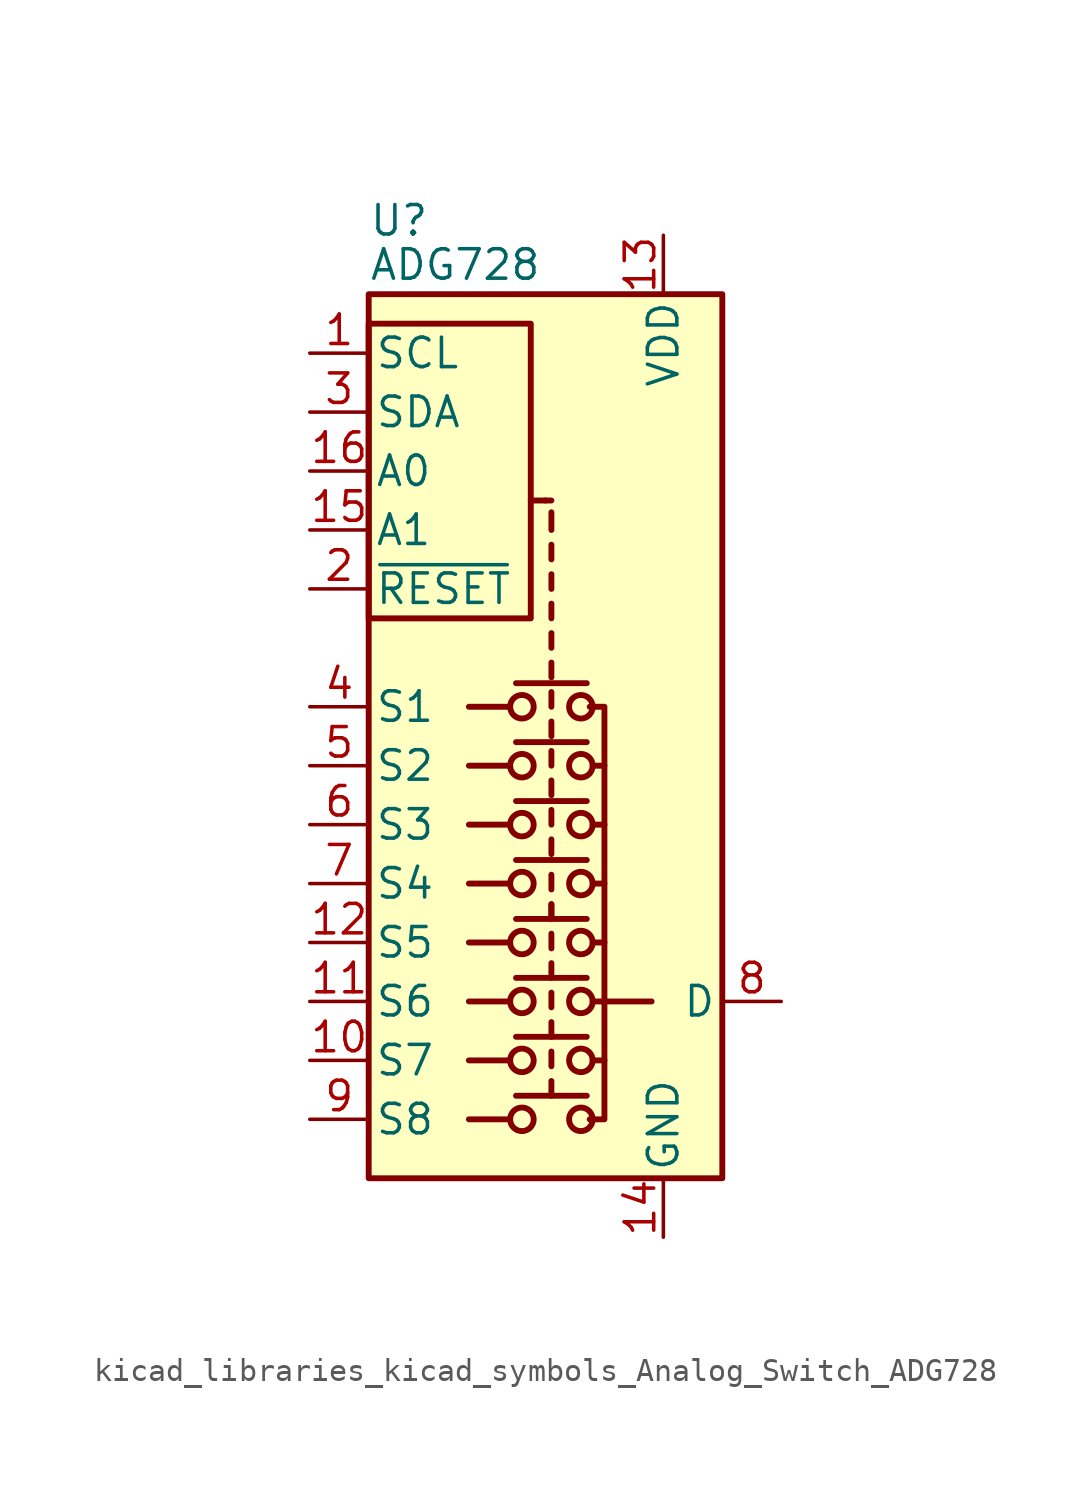
<source format=kicad_sym>
(kicad_symbol_lib
  (version 20220914)
  (generator kicad_symbol_editor)
  (symbol "kicad_libraries_kicad_symbols_Analog_Switch_ADG728"
    (pin_names
      (offset 0.254))
    (property "Reference" "U"
      (at -7.62 23.495 0)
      (effects (font (size 1.27 1.27)) (justify left)))
    (property "Value" "ADG728"
      (at -7.62 21.59 0)
      (effects (font (size 1.27 1.27)) (justify left)))
    (symbol "kicad_libraries_kicad_symbols_Analog_Switch_ADG728_0_1"
      (rectangle (start -7.62 6.35) (end -0.635 19.05) (stroke (width 0.254) (type default)) (fill (type none)))
      (rectangle (start -7.62 20.32) (end 7.62 -17.78) (stroke (width 0.254) (type default)) (fill (type background)))
      (circle (center -1.016 -15.24) (radius 0.508) (stroke (width 0.254) (type default)) (fill (type none)))
      (circle (center -1.016 -12.7) (radius 0.508) (stroke (width 0.254) (type default)) (fill (type none)))
      (circle (center -1.016 -10.16) (radius 0.508) (stroke (width 0.254) (type default)) (fill (type none)))
      (circle (center -1.016 -7.62) (radius 0.508) (stroke (width 0.254) (type default)) (fill (type none)))
      (circle (center -1.016 -5.08) (radius 0.508) (stroke (width 0.254) (type default)) (fill (type none)))
      (circle (center -1.016 -2.54) (radius 0.508) (stroke (width 0.254) (type default)) (fill (type none)))
      (circle (center -1.016 0) (radius 0.508) (stroke (width 0.254) (type default)) (fill (type none)))
      (circle (center -1.016 2.54) (radius 0.508) (stroke (width 0.254) (type default)) (fill (type none)))
      (polyline (pts (xy -1.524 -15.24) (xy -3.302 -15.24)) (stroke (width 0.254) (type default)) (fill (type none)))
      (polyline (pts (xy -1.524 -12.7) (xy -3.302 -12.7)) (stroke (width 0.254) (type default)) (fill (type none)))
      (polyline (pts (xy -1.524 -10.16) (xy -3.302 -10.16)) (stroke (width 0.254) (type default)) (fill (type none)))
      (polyline (pts (xy -1.524 -7.62) (xy -3.302 -7.62)) (stroke (width 0.254) (type default)) (fill (type none)))
      (polyline (pts (xy -1.524 -5.08) (xy -3.302 -5.08)) (stroke (width 0.254) (type default)) (fill (type none)))
      (polyline (pts (xy -1.524 -2.54) (xy -3.302 -2.54)) (stroke (width 0.254) (type default)) (fill (type none)))
      (polyline (pts (xy -1.524 0) (xy -3.302 0)) (stroke (width 0.254) (type default)) (fill (type none)))
      (polyline (pts (xy -1.524 2.54) (xy -3.302 2.54)) (stroke (width 0.254) (type default)) (fill (type none)))
      (polyline (pts (xy -1.27 -14.224) (xy 1.778 -14.224)) (stroke (width 0.254) (type default)) (fill (type none)))
      (polyline (pts (xy -1.27 -11.684) (xy 1.778 -11.684)) (stroke (width 0.254) (type default)) (fill (type none)))
      (polyline (pts (xy -1.27 -9.144) (xy 1.778 -9.144)) (stroke (width 0.254) (type default)) (fill (type none)))
      (polyline (pts (xy -1.27 -6.604) (xy 1.778 -6.604)) (stroke (width 0.254) (type default)) (fill (type none)))
      (polyline (pts (xy -1.27 -4.064) (xy 1.778 -4.064)) (stroke (width 0.254) (type default)) (fill (type none)))
      (polyline (pts (xy -1.27 -1.524) (xy 1.778 -1.524)) (stroke (width 0.254) (type default)) (fill (type none)))
      (polyline (pts (xy -1.27 1.016) (xy 1.778 1.016)) (stroke (width 0.254) (type default)) (fill (type none)))
      (polyline (pts (xy -1.27 3.556) (xy 1.778 3.556)) (stroke (width 0.254) (type default)) (fill (type none)))
      (polyline (pts (xy -0.635 11.43) (xy 0 11.43)) (stroke (width 0.254) (type default)) (fill (type none)))
      (polyline (pts (xy 0.254 -14.224) (xy 0.254 -13.589)) (stroke (width 0.254) (type default)) (fill (type none)))
      (polyline (pts (xy 0.254 -12.954) (xy 0.254 -12.319)) (stroke (width 0.254) (type default)) (fill (type none)))
      (polyline (pts (xy 0.254 -11.684) (xy 0.254 -11.049)) (stroke (width 0.254) (type default)) (fill (type none)))
      (polyline (pts (xy 0.254 -10.414) (xy 0.254 -9.779)) (stroke (width 0.254) (type default)) (fill (type none)))
      (polyline (pts (xy 0.254 -9.144) (xy 0.254 -8.509)) (stroke (width 0.254) (type default)) (fill (type none)))
      (polyline (pts (xy 0.254 -7.874) (xy 0.254 -7.239)) (stroke (width 0.254) (type default)) (fill (type none)))
      (polyline (pts (xy 0.254 -6.604) (xy 0.254 -5.969)) (stroke (width 0.254) (type default)) (fill (type none)))
      (polyline (pts (xy 0.254 -6.604) (xy 0.254 -5.969)) (stroke (width 0.254) (type default)) (fill (type none)))
      (polyline (pts (xy 0.254 -5.334) (xy 0.254 -4.699)) (stroke (width 0.254) (type default)) (fill (type none)))
      (polyline (pts (xy 0.254 -3.81) (xy 0.254 -3.175)) (stroke (width 0.254) (type default)) (fill (type none)))
      (polyline (pts (xy 0.254 -2.54) (xy 0.254 -1.905)) (stroke (width 0.254) (type default)) (fill (type none)))
      (polyline (pts (xy 0.254 -1.27) (xy 0.254 -0.635)) (stroke (width 0.254) (type default)) (fill (type none)))
      (polyline (pts (xy 0.254 0) (xy 0.254 0.635)) (stroke (width 0.254) (type default)) (fill (type none)))
      (polyline (pts (xy 0.254 1.27) (xy 0.254 1.905)) (stroke (width 0.254) (type default)) (fill (type none)))
      (polyline (pts (xy 0.254 2.54) (xy 0.254 3.175)) (stroke (width 0.254) (type default)) (fill (type none)))
      (polyline (pts (xy 0.254 3.81) (xy 0.254 4.445)) (stroke (width 0.254) (type default)) (fill (type none)))
      (polyline (pts (xy 0.254 5.08) (xy 0.254 5.715)) (stroke (width 0.254) (type default)) (fill (type none)))
      (polyline (pts (xy 0.254 6.35) (xy 0.254 6.985)) (stroke (width 0.254) (type default)) (fill (type none)))
      (polyline (pts (xy 0.254 7.62) (xy 0.254 8.255)) (stroke (width 0.254) (type default)) (fill (type none)))
      (polyline (pts (xy 0.254 8.89) (xy 0.254 9.525)) (stroke (width 0.254) (type default)) (fill (type none)))
      (polyline (pts (xy 0.254 10.16) (xy 0.254 10.922)) (stroke (width 0.254) (type default)) (fill (type none)))
      (polyline (pts (xy 0.254 11.43) (xy 0 11.43)) (stroke (width 0.254) (type default)) (fill (type none)))
      (polyline (pts (xy 2.032 -12.7) (xy 2.54 -12.7)) (stroke (width 0.254) (type default)) (fill (type none)))
      (polyline (pts (xy 2.032 -10.16) (xy 2.54 -10.16)) (stroke (width 0.254) (type default)) (fill (type none)))
      (polyline (pts (xy 2.032 -7.62) (xy 2.54 -7.62)) (stroke (width 0.254) (type default)) (fill (type none)))
      (polyline (pts (xy 2.032 -5.08) (xy 2.54 -5.08)) (stroke (width 0.254) (type default)) (fill (type none)))
      (polyline (pts (xy 2.032 -2.54) (xy 2.54 -2.54)) (stroke (width 0.254) (type default)) (fill (type none)))
      (polyline (pts (xy 2.032 0) (xy 2.54 0)) (stroke (width 0.254) (type default)) (fill (type none)))
      (polyline (pts (xy 4.572 -10.16) (xy 2.54 -10.16)) (stroke (width 0.254) (type default)) (fill (type none)))
      (polyline (pts (xy 1.905 2.54) (xy 2.54 2.54) (xy 2.54 -15.24) (xy 1.905 -15.24)) (stroke (width 0.254) (type default)) (fill (type none)))
      (circle (center 1.524 -15.24) (radius 0.508) (stroke (width 0.254) (type default)) (fill (type none)))
      (circle (center 1.524 -12.7) (radius 0.508) (stroke (width 0.254) (type default)) (fill (type none)))
      (circle (center 1.524 -10.16) (radius 0.508) (stroke (width 0.254) (type default)) (fill (type none)))
      (circle (center 1.524 -7.62) (radius 0.508) (stroke (width 0.254) (type default)) (fill (type none)))
      (circle (center 1.524 -5.08) (radius 0.508) (stroke (width 0.254) (type default)) (fill (type none)))
      (circle (center 1.524 -2.54) (radius 0.508) (stroke (width 0.254) (type default)) (fill (type none)))
      (circle (center 1.524 0) (radius 0.508) (stroke (width 0.254) (type default)) (fill (type none)))
      (circle (center 1.524 2.54) (radius 0.508) (stroke (width 0.254) (type default)) (fill (type none))))
    (symbol "kicad_libraries_kicad_symbols_Analog_Switch_ADG728_1_1"
      (pin input line (at -10.16 17.78 0) (length 2.54) (name "SCL" (effects (font (size 1.27 1.27)))) (number "1" (effects (font (size 1.27 1.27)))))
      (pin bidirectional line (at -10.16 -12.7 0) (length 2.54) (name "S7" (effects (font (size 1.27 1.27)))) (number "10" (effects (font (size 1.27 1.27)))))
      (pin bidirectional line (at -10.16 -10.16 0) (length 2.54) (name "S6" (effects (font (size 1.27 1.27)))) (number "11" (effects (font (size 1.27 1.27)))))
      (pin bidirectional line (at -10.16 -7.62 0) (length 2.54) (name "S5" (effects (font (size 1.27 1.27)))) (number "12" (effects (font (size 1.27 1.27)))))
      (pin power_in line (at 5.08 22.86 270) (length 2.54) (name "VDD" (effects (font (size 1.27 1.27)))) (number "13" (effects (font (size 1.27 1.27)))))
      (pin power_in line (at 5.08 -20.32 90) (length 2.54) (name "GND" (effects (font (size 1.27 1.27)))) (number "14" (effects (font (size 1.27 1.27)))))
      (pin input line (at -10.16 10.16 0) (length 2.54) (name "A1" (effects (font (size 1.27 1.27)))) (number "15" (effects (font (size 1.27 1.27)))))
      (pin input line (at -10.16 12.7 0) (length 2.54) (name "A0" (effects (font (size 1.27 1.27)))) (number "16" (effects (font (size 1.27 1.27)))))
      (pin input line (at -10.16 7.62 0) (length 2.54) (name "~{RESET}" (effects (font (size 1.27 1.27)))) (number "2" (effects (font (size 1.27 1.27)))))
      (pin bidirectional line (at -10.16 15.24 0) (length 2.54) (name "SDA" (effects (font (size 1.27 1.27)))) (number "3" (effects (font (size 1.27 1.27)))))
      (pin bidirectional line (at -10.16 2.54 0) (length 2.54) (name "S1" (effects (font (size 1.27 1.27)))) (number "4" (effects (font (size 1.27 1.27)))))
      (pin bidirectional line (at -10.16 0 0) (length 2.54) (name "S2" (effects (font (size 1.27 1.27)))) (number "5" (effects (font (size 1.27 1.27)))))
      (pin bidirectional line (at -10.16 -2.54 0) (length 2.54) (name "S3" (effects (font (size 1.27 1.27)))) (number "6" (effects (font (size 1.27 1.27)))))
      (pin bidirectional line (at -10.16 -5.08 0) (length 2.54) (name "S4" (effects (font (size 1.27 1.27)))) (number "7" (effects (font (size 1.27 1.27)))))
      (pin bidirectional line (at 10.16 -10.16 180) (length 2.54) (name "D" (effects (font (size 1.27 1.27)))) (number "8" (effects (font (size 1.27 1.27)))))
      (pin bidirectional line (at -10.16 -15.24 0) (length 2.54) (name "S8" (effects (font (size 1.27 1.27)))) (number "9" (effects (font (size 1.27 1.27))))))))
</source>
